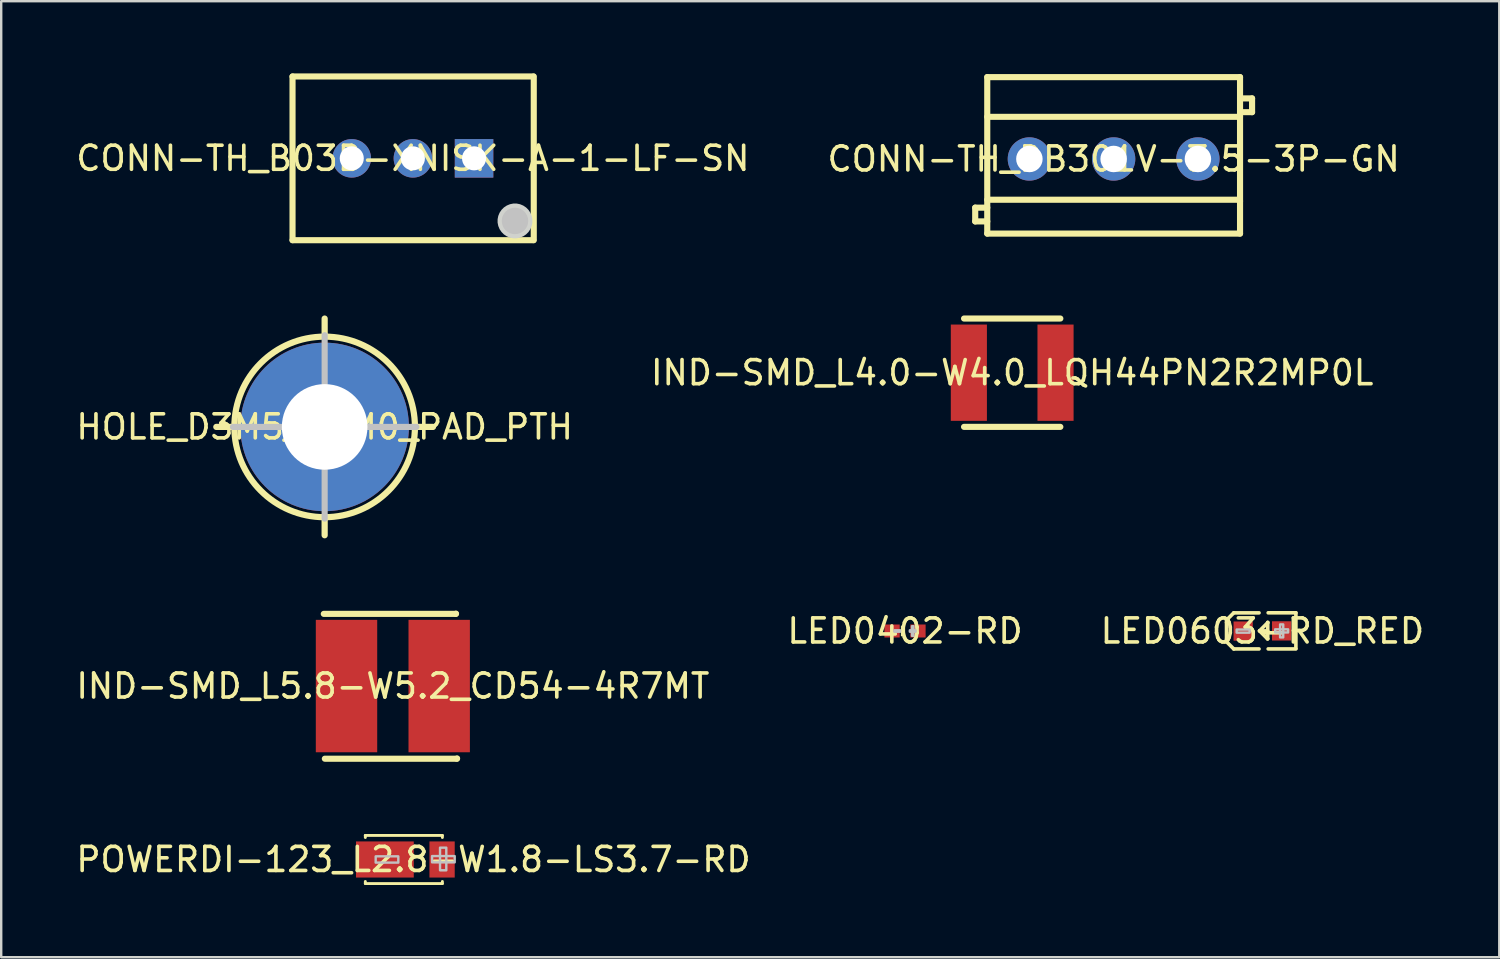
<source format=kicad_pcb>
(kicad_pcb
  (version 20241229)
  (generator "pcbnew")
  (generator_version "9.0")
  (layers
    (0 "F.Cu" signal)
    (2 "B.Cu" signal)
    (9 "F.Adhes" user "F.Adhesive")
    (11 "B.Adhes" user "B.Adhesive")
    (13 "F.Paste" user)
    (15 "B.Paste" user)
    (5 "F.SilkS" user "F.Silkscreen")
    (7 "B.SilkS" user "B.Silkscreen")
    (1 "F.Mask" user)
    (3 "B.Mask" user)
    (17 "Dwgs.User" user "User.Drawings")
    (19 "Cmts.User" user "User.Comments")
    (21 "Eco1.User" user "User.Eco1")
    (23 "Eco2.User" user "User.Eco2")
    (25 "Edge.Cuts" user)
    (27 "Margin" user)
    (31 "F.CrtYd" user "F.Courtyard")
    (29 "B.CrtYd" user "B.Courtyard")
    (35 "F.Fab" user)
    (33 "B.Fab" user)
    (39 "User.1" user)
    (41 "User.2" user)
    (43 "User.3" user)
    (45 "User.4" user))
  (footprint "IND-SMD_L5.8-W5.2_CD54-4R7MT"
    (layer "F.Cu")
    (at 13.268 25.447)
    (property "Reference" "IND-SMD_L5.8-W5.2_CD54-4R7MT" (at 0 0 0) (layer "F.SilkS") (effects (font (size 1 1) (thickness 0.15))))
    (fp_line (start -2.869 -2.998) (end 2.615 -2.998) (stroke (width 0.254) (type default)) (layer "F.SilkS"))
    (fp_line (start -2.825 3.018) (end 2.659 3.018) (stroke (width 0.254) (type default)) (layer "F.SilkS"))
    (fp_line (start 2.615 -2.998) (end 2.624 -3.007) (stroke (width 0.254) (type default)) (layer "F.SilkS"))
    (fp_line (start 2.659 3.018) (end 2.669 3.008) (stroke (width 0.254) (type default)) (layer "F.SilkS"))
    (fp_poly (pts (xy -2.9 2.6) (xy -2.9 -2.6) (xy -1 -2.6) (xy -1 2.6)) (stroke (width 0.1) (type default)) (fill no) (layer "User.1"))
    (fp_poly (pts (xy 1 2.6) (xy 1 -2.6) (xy 2.9 -2.6) (xy 2.9 2.6)) (stroke (width 0.1) (type default)) (fill no) (layer "User.1"))
    (fp_line (start -2.9 -2.6) (end 2.9 -2.6) (stroke (width 0.051) (type default)) (layer "User.2"))
    (fp_line (start -2.9 2.6) (end -2.9 -2.6) (stroke (width 0.051) (type default)) (layer "User.2"))
    (fp_line (start 2.9 -2.6) (end 2.9 2.6) (stroke (width 0.051) (type default)) (layer "User.2"))
    (fp_line (start 2.9 2.6) (end -2.9 2.6) (stroke (width 0.051) (type default)) (layer "User.2"))
    (fp_poly (pts (xy -2.845 2.577) (xy -2.877 2.545) (xy -2.923 2.545) (xy -2.955 2.577) (xy -2.955 2.623) (xy -2.923 2.655) (xy -2.877 2.655) (xy -2.845 2.623)) (stroke (width 0.1) (type default)) (fill no) (layer "User.3"))
    (pad "1" smd rect (at -1.925 0 90) (size 5.5 2.55) (layers "F.Cu" "F.Mask" "F.Paste"))
    (pad "2" smd rect (at 1.925 0 90) (size 5.5 2.55) (layers "F.Cu" "F.Mask" "F.Paste")))
  (footprint "HOLE_D3M5_D7M0_PAD_PTH"
    (layer "F.Cu")
    (at 10.435 14.683)
    (property "Reference" "HOLE_D3M5_D7M0_PAD_PTH" (at 0 0 0) (layer "F.SilkS") (effects (font (size 1 1) (thickness 0.15))))
    (fp_line (start -3.75 0) (end -4.5 0) (stroke (width 0.258) (type default)) (layer "F.SilkS"))
    (fp_line (start 0 -3.75) (end 0 -4.5) (stroke (width 0.258) (type default)) (layer "F.SilkS"))
    (fp_line (start 0 4.5) (end 0 3.75) (stroke (width 0.258) (type default)) (layer "F.SilkS"))
    (fp_line (start 4.5 0) (end 3.75 0) (stroke (width 0.258) (type default)) (layer "F.SilkS"))
    (fp_circle (center 0 0) (end 3.75 0) (stroke (width 0.258) (type default)) (fill no) (layer "F.SilkS"))
    (fp_line (start -3.81 0) (end 3.81 0) (stroke (width 0.254) (type default)) (layer "Dwgs.User"))
    (fp_line (start 0 -3.81) (end 0 3.81) (stroke (width 0.254) (type default)) (layer "Dwgs.User"))
    (pad "1" thru_hole circle (at 0 0) (size 7 7) (drill 3.556) (layers "*.Cu" "*.Mask")))
  (footprint "LED0402-RD"
    (layer "F.Cu")
    (at 34.542 23.16)
    (property "Reference" "LED0402-RD" (at 0 0 0) (layer "F.SilkS") (effects (font (size 1 1) (thickness 0.15))))
    (fp_poly (pts (xy -0.018 0.219) (xy -0.018 -0.219) (xy -0.171 -0.219) (xy -0.171 0.219)) (stroke (width 0) (type default)) (fill yes) (layer "F.SilkS"))
    (fp_poly (pts (xy -0.198 0.23) (xy -0.198 -0.23) (xy -0.238 -0.27) (xy -0.817 -0.27) (xy -0.857 -0.23) (xy -0.857 0.23) (xy -0.817 0.27) (xy -0.238 0.27)) (stroke (width 0) (type default)) (fill yes) (layer "F.Paste"))
    (fp_poly (pts (xy 0.198 0.23) (xy 0.198 -0.23) (xy 0.238 -0.27) (xy 0.817 -0.27) (xy 0.857 -0.23) (xy 0.857 0.23) (xy 0.817 0.27) (xy 0.238 0.27)) (stroke (width 0) (type default)) (fill yes) (layer "F.Paste"))
    (fp_poly (pts (xy -0.44 0.03) (xy -0.44 -0.03) (xy -0.2 -0.03) (xy -0.2 0.03)) (stroke (width 0.1) (type default)) (fill no) (layer "Dwgs.User"))
    (fp_poly (pts (xy 0.35 0.2) (xy 0.35 -0.2) (xy 0.29 -0.2) (xy 0.29 0.2)) (stroke (width 0.1) (type default)) (fill no) (layer "Dwgs.User"))
    (fp_poly (pts (xy 0.44 0.03) (xy 0.44 -0.03) (xy 0.2 -0.03) (xy 0.2 0.03)) (stroke (width 0.1) (type default)) (fill no) (layer "Dwgs.User"))
    (fp_poly (pts (xy -0.5 0.25) (xy -0.5 -0.25) (xy -0.3 -0.25) (xy -0.3 0.25)) (stroke (width 0.1) (type default)) (fill no) (layer "User.1"))
    (fp_poly (pts (xy 0.5 0.25) (xy 0.5 -0.25) (xy 0.3 -0.25) (xy 0.3 0.25)) (stroke (width 0.1) (type default)) (fill no) (layer "User.1"))
    (fp_line (start -0.5 -0.25) (end 0.5 -0.25) (stroke (width 0.051) (type default)) (layer "User.2"))
    (fp_line (start -0.5 0.25) (end -0.5 -0.25) (stroke (width 0.051) (type default)) (layer "User.2"))
    (fp_line (start 0.5 -0.25) (end 0.5 0.25) (stroke (width 0.051) (type default)) (layer "User.2"))
    (fp_line (start 0.5 0.25) (end -0.5 0.25) (stroke (width 0.051) (type default)) (layer "User.2"))
    (fp_poly (pts (xy -0.445 0.227) (xy -0.477 0.195) (xy -0.523 0.195) (xy -0.555 0.227) (xy -0.555 0.273) (xy -0.523 0.305) (xy -0.477 0.305) (xy -0.445 0.273)) (stroke (width 0.1) (type default)) (fill no) (layer "User.3"))
    (pad "1" smd rect (at -0.538 0) (size 0.636 0.54) (layers "F.Cu" "F.Mask" "F.Paste"))
    (pad "2" smd rect (at 0.538 0) (size 0.636 0.54) (layers "F.Cu" "F.Mask" "F.Paste")))
  (footprint "CONN-TH_B03B-XNISK-A-1-LF-SN"
    (layer "F.Cu")
    (at 14.101 3.527)
    (property "Reference" "CONN-TH_B03B-XNISK-A-1-LF-SN" (at 0 0 0) (layer "F.SilkS") (effects (font (size 1 1) (thickness 0.15))))
    (fp_line (start -5 -3.4) (end 5 -3.4) (stroke (width 0.254) (type default)) (layer "F.SilkS"))
    (fp_line (start -5 3.4) (end -5 -3.4) (stroke (width 0.254) (type default)) (layer "F.SilkS"))
    (fp_line (start 5 3.4) (end -5 3.4) (stroke (width 0.254) (type default)) (layer "F.SilkS"))
    (fp_line (start 5.02 -3.4) (end 5.02 3.4) (stroke (width 0.254) (type default)) (layer "F.SilkS"))
    (fp_circle (center 4.24 2.6) (end 4.515 2.6) (stroke (width 0.55) (type default)) (fill no) (layer "Dwgs.User"))
    (fp_poly (pts (xy 4.962 2.529) (xy 4.934 2.39) (xy 4.879 2.258) (xy 4.8 2.14) (xy 4.7 2.04) (xy 4.582 1.961) (xy 4.45 1.906) (xy 4.311 1.878) (xy 4.169 1.878) (xy 4.03 1.906) (xy 3.898 1.961) (xy 3.78 2.04) (xy 3.68 2.14) (xy 3.601 2.258) (xy 3.546 2.39) (xy 3.518 2.529) (xy 3.518 2.671) (xy 3.546 2.81) (xy 3.601 2.942) (xy 3.68 3.06) (xy 3.78 3.16) (xy 3.898 3.239) (xy 4.03 3.294) (xy 4.169 3.322) (xy 4.311 3.322) (xy 4.45 3.294) (xy 4.582 3.239) (xy 4.7 3.16) (xy 4.8 3.06) (xy 4.879 2.942) (xy 4.934 2.81) (xy 4.962 2.671)) (stroke (width 0) (type default)) (fill yes) (layer "Edge.Cuts"))
    (fp_poly (pts (xy -2.84 -0.3) (xy -2.24 -0.3) (xy -2.24 0.3) (xy -2.84 0.3)) (stroke (width 0.1) (type default)) (fill no) (layer "User.1"))
    (fp_poly (pts (xy -0.3 -0.3) (xy 0.3 -0.3) (xy 0.3 0.3) (xy -0.3 0.3)) (stroke (width 0.1) (type default)) (fill no) (layer "User.1"))
    (fp_poly (pts (xy 2.24 -0.3) (xy 2.84 -0.3) (xy 2.84 0.3) (xy 2.24 0.3)) (stroke (width 0.1) (type default)) (fill no) (layer "User.1"))
    (fp_line (start -5 -3.4) (end 5 -3.4) (stroke (width 0.051) (type default)) (layer "User.2"))
    (fp_line (start -5 3.4) (end -5 -3.4) (stroke (width 0.051) (type default)) (layer "User.2"))
    (fp_line (start 5 -3.4) (end 5 3.4) (stroke (width 0.051) (type default)) (layer "User.2"))
    (fp_line (start 5 3.4) (end -5 3.4) (stroke (width 0.051) (type default)) (layer "User.2"))
    (fp_poly (pts (xy 5.055 -3.423) (xy 5.023 -3.455) (xy 4.977 -3.455) (xy 4.945 -3.423) (xy 4.945 -3.377) (xy 4.977 -3.345) (xy 5.023 -3.345) (xy 5.055 -3.377)) (stroke (width 0.1) (type default)) (fill no) (layer "User.3"))
    (pad "1" thru_hole rect (at 2.54 0) (size 1.6 1.6) (drill 1) (layers "*.Cu" "*.Mask"))
    (pad "2" thru_hole circle (at 0 0) (size 1.6 1.6) (drill 1) (layers "*.Cu" "*.Mask"))
    (pad "3" thru_hole circle (at -2.54 0) (size 1.6 1.6) (drill 1) (layers "*.Cu" "*.Mask")))
  (footprint "POWERDI-123_L2.8-W1.8-LS3.7-RD"
    (layer "F.Cu")
    (at 14.125 32.651)
    (property "Reference" "POWERDI-123_L2.8-W1.8-LS3.7-RD" (at 0 0 0) (layer "F.SilkS") (effects (font (size 1 1) (thickness 0.15))))
    (fp_line (start -2 -1) (end -2 -0.913) (stroke (width 0.12) (type default)) (layer "F.SilkS"))
    (fp_line (start -2 0.913) (end -2 1) (stroke (width 0.12) (type default)) (layer "F.SilkS"))
    (fp_line (start -2 1) (end 1.2 1) (stroke (width 0.12) (type default)) (layer "F.SilkS"))
    (fp_line (start 1.198 -1) (end -2.002 -1) (stroke (width 0.12) (type default)) (layer "F.SilkS"))
    (fp_line (start 1.2 -1) (end 1.2 -0.913) (stroke (width 0.12) (type default)) (layer "F.SilkS"))
    (fp_line (start 1.2 0.913) (end 1.2 1) (stroke (width 0.12) (type default)) (layer "F.SilkS"))
    (fp_poly (pts (xy -1.57 -0.13) (xy -0.63 -0.13) (xy -0.63 0.13) (xy -1.57 0.13)) (stroke (width 0.1) (type default)) (fill no) (layer "Dwgs.User"))
    (fp_poly (pts (xy 0.772 -0.141) (xy 1.712 -0.141) (xy 1.712 0.118) (xy 0.772 0.118)) (stroke (width 0.1) (type default)) (fill no) (layer "Dwgs.User"))
    (fp_poly (pts (xy 1.103 0.449) (xy 1.103 -0.492) (xy 1.363 -0.492) (xy 1.363 0.449)) (stroke (width 0.1) (type default)) (fill no) (layer "Dwgs.User"))
    (fp_poly (pts (xy 1.512 0.5) (xy 0.863 0.5) (xy 0.863 -0.5) (xy 1.512 -0.5)) (stroke (width 0.1) (type default)) (fill no) (layer "User.1"))
    (fp_poly (pts (xy -0.188 0.55) (xy -1.748 0.55) (xy -1.748 0.5) (xy -2.187 0.5) (xy -2.188 -0.5) (xy -1.748 -0.5) (xy -1.748 -0.55) (xy -0.188 -0.55)) (stroke (width 0.1) (type default)) (fill no) (layer "User.1"))
    (fp_line (start -1.75 -0.875) (end 1.05 -0.875) (stroke (width 0.051) (type default)) (layer "User.2"))
    (fp_line (start -1.75 0.905) (end -1.75 -0.875) (stroke (width 0.051) (type default)) (layer "User.2"))
    (fp_line (start 1.05 -0.875) (end 1.05 0.905) (stroke (width 0.051) (type default)) (layer "User.2"))
    (fp_line (start 1.05 0.905) (end -1.75 0.905) (stroke (width 0.051) (type default)) (layer "User.2"))
    (fp_poly (pts (xy -2.145 -0.923) (xy -2.177 -0.955) (xy -2.223 -0.955) (xy -2.255 -0.923) (xy -2.255 -0.877) (xy -2.223 -0.845) (xy -2.177 -0.845) (xy -2.145 -0.877)) (stroke (width 0.1) (type default)) (fill no) (layer "User.3"))
    (pad "1" smd rect (at -1.188 0 180) (size 2.4 1.5) (layers "F.Cu" "F.Mask" "F.Paste"))
    (pad "2" smd rect (at 1.188 0 180) (size 1.05 1.5) (layers "F.Cu" "F.Mask" "F.Paste")))
  (footprint "IND-SMD_L4.0-W4.0_LQH44PN2R2MP0L"
    (layer "F.Cu")
    (at 38.994 12.431)
    (property "Reference" "IND-SMD_L4.0-W4.0_LQH44PN2R2MP0L" (at 0 0 0) (layer "F.SilkS") (effects (font (size 1 1) (thickness 0.15))))
    (fp_line (start -2 -2.25) (end 2 -2.25) (stroke (width 0.254) (type default)) (layer "F.SilkS"))
    (fp_line (start -2 2.25) (end 2 2.25) (stroke (width 0.254) (type default)) (layer "F.SilkS"))
    (fp_poly (pts (xy -2 1.65) (xy -2 -1.65) (xy -1.05 -1.65) (xy -1.05 1.65)) (stroke (width 0.1) (type default)) (fill no) (layer "User.1"))
    (fp_poly (pts (xy 2 -1.65) (xy 2 1.65) (xy 1.05 1.65) (xy 1.05 -1.65)) (stroke (width 0.1) (type default)) (fill no) (layer "User.1"))
    (fp_line (start -2 -2) (end 2 -2) (stroke (width 0.051) (type default)) (layer "User.2"))
    (fp_line (start -2 2) (end -2 -2) (stroke (width 0.051) (type default)) (layer "User.2"))
    (fp_line (start 2 -2) (end 2 2) (stroke (width 0.051) (type default)) (layer "User.2"))
    (fp_line (start 2 2) (end -2 2) (stroke (width 0.051) (type default)) (layer "User.2"))
    (fp_poly (pts (xy -1.945 1.977) (xy -1.977 1.945) (xy -2.023 1.945) (xy -2.055 1.977) (xy -2.055 2.023) (xy -2.023 2.055) (xy -1.977 2.055) (xy -1.945 2.023)) (stroke (width 0.1) (type default)) (fill no) (layer "User.3"))
    (pad "1" smd rect (at -1.8 0) (size 1.5 4) (layers "F.Cu" "F.Mask" "F.Paste"))
    (pad "2" smd rect (at 1.8 0) (size 1.5 4) (layers "F.Cu" "F.Mask" "F.Paste")))
  (footprint "LED0603-RD_RED"
    (layer "F.Cu")
    (at 49.387 23.16)
    (property "Reference" "LED0603-RD_RED" (at 0 0 0) (layer "F.SilkS") (effects (font (size 1 1) (thickness 0.15))))
    (fp_line (start -1.49 -0.455) (end -1.19 -0.754) (stroke (width 0.15) (type default)) (layer "F.SilkS"))
    (fp_line (start -1.49 -0.354) (end -1.49 -0.455) (stroke (width 0.15) (type default)) (layer "F.SilkS"))
    (fp_line (start -1.49 -0.354) (end -1.49 0.345) (stroke (width 0.15) (type default)) (layer "F.SilkS"))
    (fp_line (start -1.49 0.345) (end -1.49 0.446) (stroke (width 0.15) (type default)) (layer "F.SilkS"))
    (fp_line (start -1.49 0.446) (end -1.19 0.746) (stroke (width 0.15) (type default)) (layer "F.SilkS"))
    (fp_line (start -0.14 -0.754) (end -1.19 -0.754) (stroke (width 0.15) (type default)) (layer "F.SilkS"))
    (fp_line (start -0.14 0.746) (end -1.19 0.746) (stroke (width 0.15) (type default)) (layer "F.SilkS"))
    (fp_line (start 0.21 0.324) (end -0.119 -0.006) (stroke (width 0.15) (type default)) (layer "F.SilkS"))
    (fp_line (start 0.221 -0.356) (end 0.221 -0.346) (stroke (width 0.15) (type default)) (layer "F.SilkS"))
    (fp_line (start 0.221 -0.356) (end 0.221 0.324) (stroke (width 0.15) (type default)) (layer "F.SilkS"))
    (fp_line (start 0.221 -0.346) (end -0.119 -0.006) (stroke (width 0.15) (type default)) (layer "F.SilkS"))
    (fp_line (start 0.221 -0.006) (end -0.119 -0.006) (stroke (width 0.15) (type default)) (layer "F.SilkS"))
    (fp_line (start 0.221 0.324) (end 0.21 0.324) (stroke (width 0.15) (type default)) (layer "F.SilkS"))
    (fp_line (start 0.24 -0.756) (end 1.391 -0.756) (stroke (width 0.15) (type default)) (layer "F.SilkS"))
    (fp_line (start 0.24 0.744) (end 1.391 0.744) (stroke (width 0.15) (type default)) (layer "F.SilkS"))
    (fp_line (start 1.391 -0.756) (end 1.391 0.724) (stroke (width 0.15) (type default)) (layer "F.SilkS"))
    (fp_poly (pts (xy -1.07 -0.061) (xy -0.53 -0.061) (xy -0.53 0.069) (xy -1.07 0.069)) (stroke (width 0.1) (type default)) (fill no) (layer "Dwgs.User"))
    (fp_poly (pts (xy 0.529 -0.069) (xy 1.069 -0.069) (xy 1.069 0.061) (xy 0.529 0.061)) (stroke (width 0.1) (type default)) (fill no) (layer "Dwgs.User"))
    (fp_poly (pts (xy 0.735 0.267) (xy 0.735 -0.273) (xy 0.865 -0.273) (xy 0.865 0.267)) (stroke (width 0.1) (type default)) (fill no) (layer "Dwgs.User"))
    (fp_poly (pts (xy -0.799 0.404) (xy -0.799 -0.397) (xy -0.499 -0.397) (xy -0.499 0.404)) (stroke (width 0.1) (type default)) (fill no) (layer "User.1"))
    (fp_poly (pts (xy 0.5 0.397) (xy 0.5 -0.404) (xy 0.8 -0.404) (xy 0.8 0.397)) (stroke (width 0.1) (type default)) (fill no) (layer "User.1"))
    (fp_line (start -0.799 -0.4) (end 0.8 -0.4) (stroke (width 0.051) (type default)) (layer "User.2"))
    (fp_line (start -0.799 0.4) (end -0.799 -0.4) (stroke (width 0.051) (type default)) (layer "User.2"))
    (fp_line (start 0.8 -0.4) (end 0.8 0.4) (stroke (width 0.051) (type default)) (layer "User.2"))
    (fp_line (start 0.8 0.4) (end -0.799 0.4) (stroke (width 0.051) (type default)) (layer "User.2"))
    (fp_poly (pts (xy -0.744 0.381) (xy -0.777 0.348) (xy -0.822 0.348) (xy -0.855 0.381) (xy -0.855 0.426) (xy -0.822 0.459) (xy -0.777 0.459) (xy -0.744 0.426)) (stroke (width 0.1) (type default)) (fill no) (layer "User.3"))
    (pad "1" smd rect (at -0.799 0.004 90) (size 0.8 0.8) (layers "F.Cu" "F.Mask" "F.Paste"))
    (pad "2" smd rect (at 0.799 -0.004 90) (size 0.8 0.8) (layers "F.Cu" "F.Mask" "F.Paste")))
  (footprint "CONN-TH_DB301V-3.5-3P-GN"
    (layer "F.Cu")
    (at 43.208 3.553)
    (property "Reference" "CONN-TH_DB301V-3.5-3P-GN" (at 0 0 0) (layer "F.SilkS") (effects (font (size 1 1) (thickness 0.15))))
    (fp_line (start -5.75 2.022) (end -5.25 2.022) (stroke (width 0.254) (type default)) (layer "F.SilkS"))
    (fp_line (start -5.75 2.594) (end -5.75 2.022) (stroke (width 0.254) (type default)) (layer "F.SilkS"))
    (fp_line (start -5.25 -3.4) (end -5.25 3.1) (stroke (width 0.254) (type default)) (layer "F.SilkS"))
    (fp_line (start -5.25 -3.4) (end 5.25 -3.4) (stroke (width 0.254) (type default)) (layer "F.SilkS"))
    (fp_line (start -5.25 -1.75) (end 5.25 -1.75) (stroke (width 0.254) (type default)) (layer "F.SilkS"))
    (fp_line (start -5.25 1.694) (end 5.193 1.694) (stroke (width 0.254) (type default)) (layer "F.SilkS"))
    (fp_line (start -5.25 2.594) (end -5.75 2.594) (stroke (width 0.254) (type default)) (layer "F.SilkS"))
    (fp_line (start -5.25 3.1) (end 5.25 3.1) (stroke (width 0.254) (type default)) (layer "F.SilkS"))
    (fp_line (start 5.193 1.694) (end 5.25 1.75) (stroke (width 0.254) (type default)) (layer "F.SilkS"))
    (fp_line (start 5.25 -3.4) (end 5.25 3.1) (stroke (width 0.254) (type default)) (layer "F.SilkS"))
    (fp_line (start 5.25 -2.516) (end 5.75 -2.516) (stroke (width 0.254) (type default)) (layer "F.SilkS"))
    (fp_line (start 5.75 -2.516) (end 5.75 -1.944) (stroke (width 0.254) (type default)) (layer "F.SilkS"))
    (fp_line (start 5.75 -1.944) (end 5.25 -1.944) (stroke (width 0.254) (type default)) (layer "F.SilkS"))
    (fp_poly (pts (xy -3.054 -0.059) (xy -3.084 -0.172) (xy -3.143 -0.274) (xy -3.226 -0.357) (xy -3.328 -0.416) (xy -3.441 -0.446) (xy -3.559 -0.446) (xy -3.672 -0.416) (xy -3.774 -0.357) (xy -3.857 -0.274) (xy -3.916 -0.172) (xy -3.946 -0.059) (xy -3.946 0.059) (xy -3.916 0.172) (xy -3.857 0.274) (xy -3.774 0.357) (xy -3.672 0.416) (xy -3.559 0.446) (xy -3.441 0.446) (xy -3.328 0.416) (xy -3.226 0.357) (xy -3.143 0.274) (xy -3.084 0.172) (xy -3.054 0.059)) (stroke (width 0.1) (type default)) (fill no) (layer "User.1"))
    (fp_poly (pts (xy 0.446 -0.059) (xy 0.416 -0.172) (xy 0.357 -0.274) (xy 0.274 -0.357) (xy 0.172 -0.416) (xy 0.059 -0.446) (xy -0.059 -0.446) (xy -0.172 -0.416) (xy -0.274 -0.357) (xy -0.357 -0.274) (xy -0.416 -0.172) (xy -0.446 -0.059) (xy -0.446 0.059) (xy -0.416 0.172) (xy -0.357 0.274) (xy -0.274 0.357) (xy -0.172 0.416) (xy -0.059 0.446) (xy 0.059 0.446) (xy 0.172 0.416) (xy 0.274 0.357) (xy 0.357 0.274) (xy 0.416 0.172) (xy 0.446 0.059)) (stroke (width 0.1) (type default)) (fill no) (layer "User.1"))
    (fp_poly (pts (xy 3.946 -0.059) (xy 3.916 -0.172) (xy 3.857 -0.274) (xy 3.774 -0.357) (xy 3.672 -0.416) (xy 3.559 -0.446) (xy 3.441 -0.446) (xy 3.328 -0.416) (xy 3.226 -0.357) (xy 3.143 -0.274) (xy 3.084 -0.172) (xy 3.054 -0.059) (xy 3.054 0.059) (xy 3.084 0.172) (xy 3.143 0.274) (xy 3.226 0.357) (xy 3.328 0.416) (xy 3.441 0.446) (xy 3.559 0.446) (xy 3.672 0.416) (xy 3.774 0.357) (xy 3.857 0.274) (xy 3.916 0.172) (xy 3.946 0.059)) (stroke (width 0.1) (type default)) (fill no) (layer "User.1"))
    (fp_line (start -5.877 -3.527) (end 5.877 -3.527) (stroke (width 0.051) (type default)) (layer "User.2"))
    (fp_line (start -5.877 3.227) (end -5.877 -3.527) (stroke (width 0.051) (type default)) (layer "User.2"))
    (fp_line (start 5.877 -3.527) (end 5.877 3.227) (stroke (width 0.051) (type default)) (layer "User.2"))
    (fp_line (start 5.877 3.227) (end -5.877 3.227) (stroke (width 0.051) (type default)) (layer "User.2"))
    (fp_poly (pts (xy -5.822 3.204) (xy -5.854 3.172) (xy -5.9 3.172) (xy -5.932 3.204) (xy -5.932 3.25) (xy -5.9 3.282) (xy -5.854 3.282) (xy -5.822 3.25)) (stroke (width 0.1) (type default)) (fill no) (layer "User.3"))
    (pad "1" thru_hole circle (at -3.5 0) (size 1.8 1.8) (drill 1.1) (layers "*.Cu" "*.Mask"))
    (pad "2" thru_hole circle (at 0 0) (size 1.8 1.8) (drill 1.1) (layers "*.Cu" "*.Mask"))
    (pad "3" thru_hole circle (at 3.5 0) (size 1.8 1.8) (drill 1.1) (layers "*.Cu" "*.Mask")))
  (gr_rect
    (start -3 -3)
    (end 59.226 36.711)
    (stroke (width 0.1) (type default))
    (fill no)
    (layer "Edge.Cuts")))
</source>
